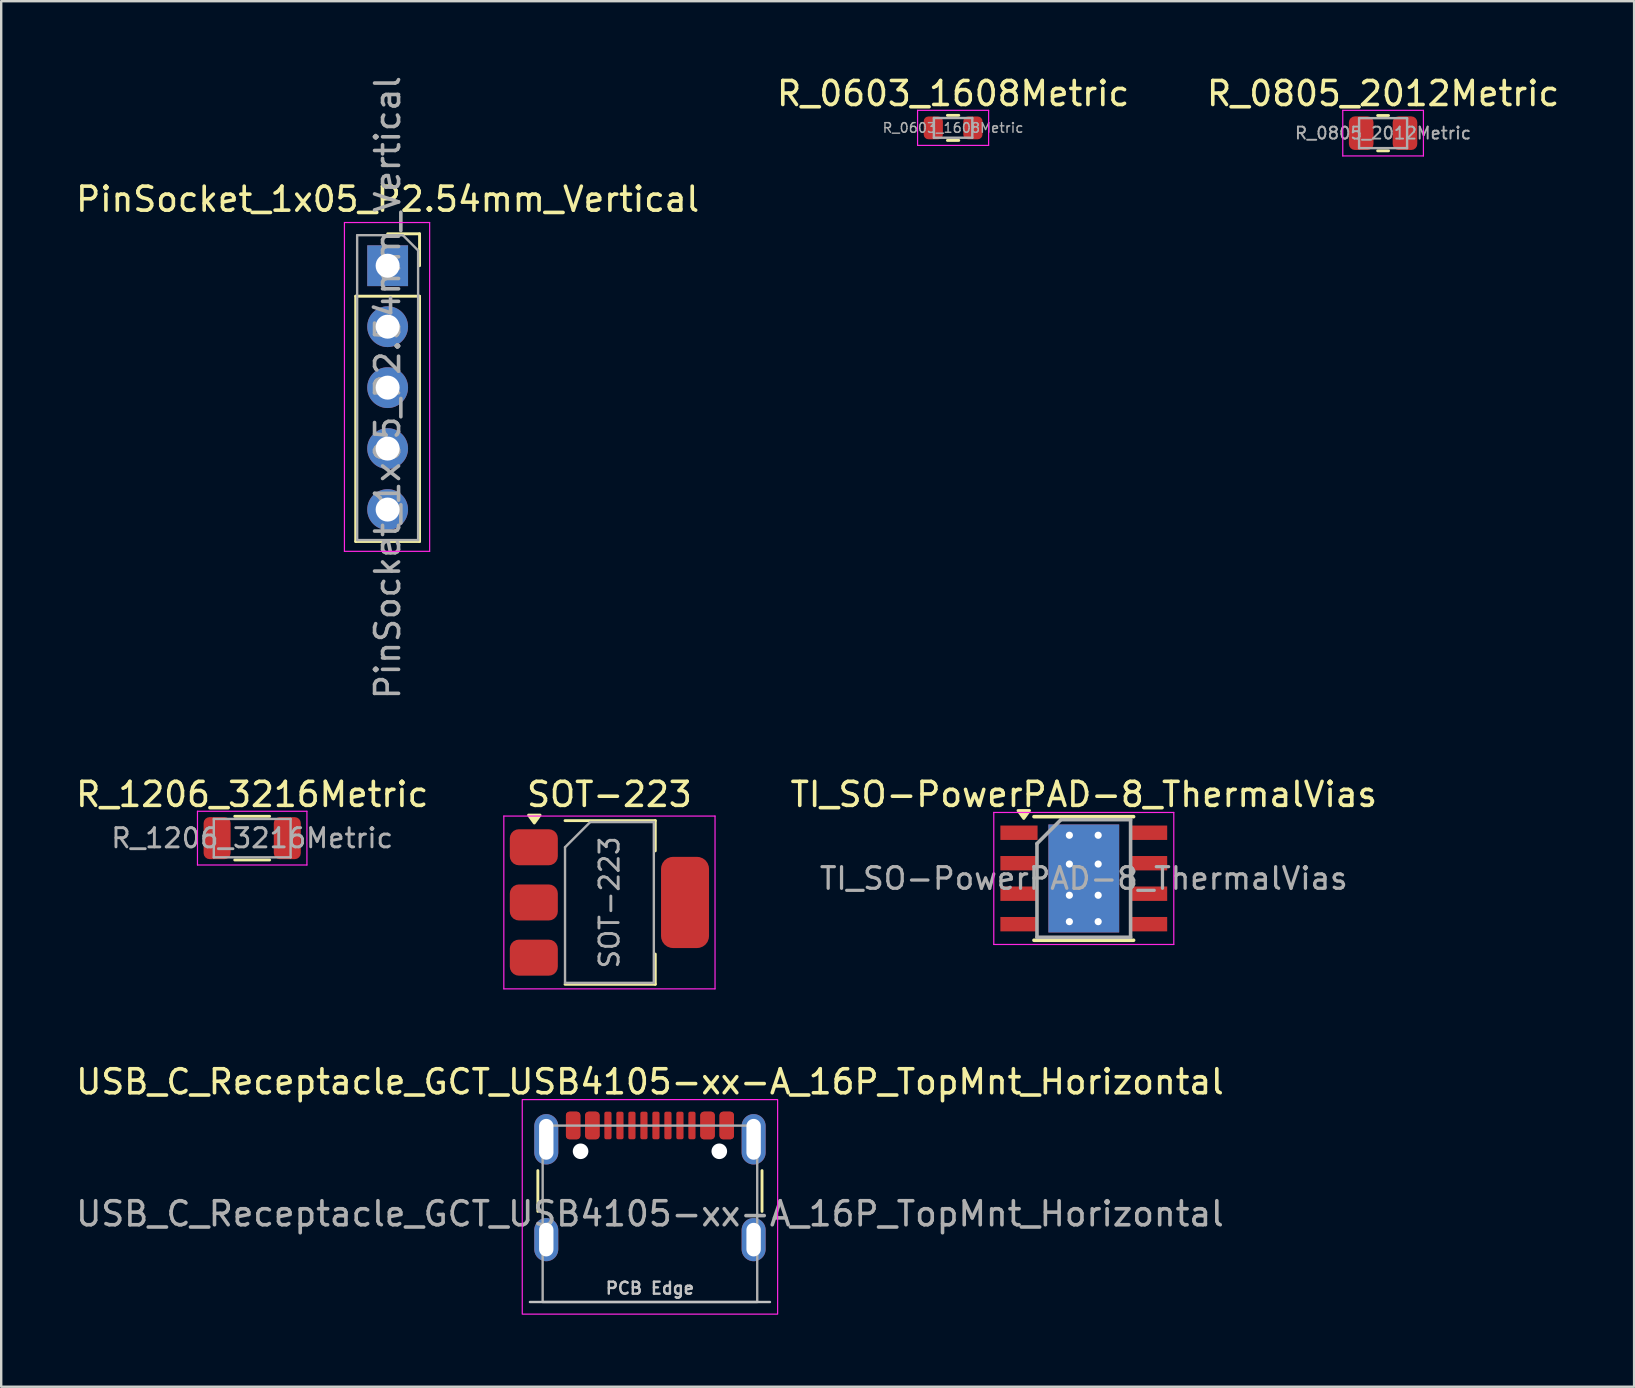
<source format=kicad_pcb>
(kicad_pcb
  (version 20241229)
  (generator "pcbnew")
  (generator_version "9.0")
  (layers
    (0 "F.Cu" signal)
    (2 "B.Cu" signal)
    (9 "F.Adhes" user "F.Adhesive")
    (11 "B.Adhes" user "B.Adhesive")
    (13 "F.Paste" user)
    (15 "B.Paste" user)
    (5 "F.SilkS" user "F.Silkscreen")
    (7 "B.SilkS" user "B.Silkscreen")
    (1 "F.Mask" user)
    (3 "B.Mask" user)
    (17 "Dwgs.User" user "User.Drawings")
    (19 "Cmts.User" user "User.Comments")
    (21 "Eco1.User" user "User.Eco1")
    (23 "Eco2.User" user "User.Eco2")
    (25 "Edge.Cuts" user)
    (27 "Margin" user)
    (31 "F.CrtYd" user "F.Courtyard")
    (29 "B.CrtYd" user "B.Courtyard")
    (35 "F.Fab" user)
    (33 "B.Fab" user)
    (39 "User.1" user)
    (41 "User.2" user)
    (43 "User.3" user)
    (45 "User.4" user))
  (footprint "R_1206_3216Metric"
    (layer "F.Cu")
    (at 7.458 31.871)
    (property "Reference" "R_1206_3216Metric" (at 0 -1.82 0) (layer "F.SilkS") (effects (font (size 1 1) (thickness 0.15))))
    (attr smd)
    (fp_line (start -0.727 -0.91) (end 0.727 -0.91) (stroke (width 0.12) (type solid)) (layer "F.SilkS"))
    (fp_line (start -0.727 0.91) (end 0.727 0.91) (stroke (width 0.12) (type solid)) (layer "F.SilkS"))
    (fp_line (start -2.28 -1.12) (end 2.28 -1.12) (stroke (width 0.05) (type solid)) (layer "F.CrtYd"))
    (fp_line (start -2.28 1.12) (end -2.28 -1.12) (stroke (width 0.05) (type solid)) (layer "F.CrtYd"))
    (fp_line (start 2.28 -1.12) (end 2.28 1.12) (stroke (width 0.05) (type solid)) (layer "F.CrtYd"))
    (fp_line (start 2.28 1.12) (end -2.28 1.12) (stroke (width 0.05) (type solid)) (layer "F.CrtYd"))
    (fp_line (start -1.6 -0.8) (end 1.6 -0.8) (stroke (width 0.1) (type solid)) (layer "F.Fab"))
    (fp_line (start -1.6 0.8) (end -1.6 -0.8) (stroke (width 0.1) (type solid)) (layer "F.Fab"))
    (fp_line (start 1.6 -0.8) (end 1.6 0.8) (stroke (width 0.1) (type solid)) (layer "F.Fab"))
    (fp_line (start 1.6 0.8) (end -1.6 0.8) (stroke (width 0.1) (type solid)) (layer "F.Fab"))
    (fp_text user "${REFERENCE}" (at 0 0 0) (layer "F.Fab") (effects (font (size 0.8 0.8) (thickness 0.12))))
    (pad "1" smd roundrect (at -1.462 0) (size 1.125 1.75) (layers "F.Cu" "F.Mask" "F.Paste") (roundrect_rratio 0.222))
    (pad "2" smd roundrect (at 1.462 0) (size 1.125 1.75) (layers "F.Cu" "F.Mask" "F.Paste") (roundrect_rratio 0.222)))
  (footprint "PinSocket_1x05_P2.54mm_Vertical"
    (layer "F.Cu")
    (at 13.101 8.021)
    (property "Reference" "PinSocket_1x05_P2.54mm_Vertical" (at 0 -2.77 0) (layer "F.SilkS") (effects (font (size 1 1) (thickness 0.15))))
    (attr through_hole)
    (fp_line (start -1.33 1.27) (end -1.33 11.49) (stroke (width 0.12) (type solid)) (layer "F.SilkS"))
    (fp_line (start -1.33 1.27) (end 1.33 1.27) (stroke (width 0.12) (type solid)) (layer "F.SilkS"))
    (fp_line (start -1.33 11.49) (end 1.33 11.49) (stroke (width 0.12) (type solid)) (layer "F.SilkS"))
    (fp_line (start 0 -1.33) (end 1.33 -1.33) (stroke (width 0.12) (type solid)) (layer "F.SilkS"))
    (fp_line (start 1.33 -1.33) (end 1.33 0) (stroke (width 0.12) (type solid)) (layer "F.SilkS"))
    (fp_line (start 1.33 1.27) (end 1.33 11.49) (stroke (width 0.12) (type solid)) (layer "F.SilkS"))
    (fp_line (start -1.8 -1.8) (end 1.75 -1.8) (stroke (width 0.05) (type solid)) (layer "F.CrtYd"))
    (fp_line (start -1.8 11.9) (end -1.8 -1.8) (stroke (width 0.05) (type solid)) (layer "F.CrtYd"))
    (fp_line (start 1.75 -1.8) (end 1.75 11.9) (stroke (width 0.05) (type solid)) (layer "F.CrtYd"))
    (fp_line (start 1.75 11.9) (end -1.8 11.9) (stroke (width 0.05) (type solid)) (layer "F.CrtYd"))
    (fp_line (start -1.27 -1.27) (end 0.635 -1.27) (stroke (width 0.1) (type solid)) (layer "F.Fab"))
    (fp_line (start -1.27 11.43) (end -1.27 -1.27) (stroke (width 0.1) (type solid)) (layer "F.Fab"))
    (fp_line (start 0.635 -1.27) (end 1.27 -0.635) (stroke (width 0.1) (type solid)) (layer "F.Fab"))
    (fp_line (start 1.27 -0.635) (end 1.27 11.43) (stroke (width 0.1) (type solid)) (layer "F.Fab"))
    (fp_line (start 1.27 11.43) (end -1.27 11.43) (stroke (width 0.1) (type solid)) (layer "F.Fab"))
    (fp_text user "${REFERENCE}" (at 0 5.08 90) (layer "F.Fab") (effects (font (size 1 1) (thickness 0.15))))
    (pad "1" thru_hole rect (at 0 0) (size 1.7 1.7) (drill 1) (layers "*.Cu" "*.Mask"))
    (pad "2" thru_hole oval (at 0 2.54) (size 1.7 1.7) (drill 1) (layers "*.Cu" "*.Mask"))
    (pad "3" thru_hole oval (at 0 5.08) (size 1.7 1.7) (drill 1) (layers "*.Cu" "*.Mask"))
    (pad "4" thru_hole oval (at 0 7.62) (size 1.7 1.7) (drill 1) (layers "*.Cu" "*.Mask"))
    (pad "5" thru_hole oval (at 0 10.16) (size 1.7 1.7) (drill 1) (layers "*.Cu" "*.Mask")))
  (footprint "USB_C_Receptacle_GCT_USB4105-xx-A_16P_TopMnt_Horizontal"
    (layer "F.Cu")
    (at 24.03 47.524)
    (property "Reference" "USB_C_Receptacle_GCT_USB4105-xx-A_16P_TopMnt_Horizontal" (at 0 -5.5 0) (unlocked yes) (layer "F.SilkS") (effects (font (size 1 1) (thickness 0.15))))
    (attr smd)
    (fp_line (start -4.67 -0.1) (end -4.67 -1.8) (stroke (width 0.12) (type solid)) (layer "F.SilkS"))
    (fp_line (start 4.67 -0.1) (end 4.67 -1.8) (stroke (width 0.12) (type solid)) (layer "F.SilkS"))
    (fp_line (start 5 3.675) (end -5 3.675) (stroke (width 0.1) (type solid)) (layer "Dwgs.User"))
    (fp_rect (start -5.32 -4.76) (end 5.32 4.18) (stroke (width 0.05) (type solid)) (fill no) (layer "F.CrtYd"))
    (fp_rect (start -4.47 -3.675) (end 4.47 3.675) (stroke (width 0.1) (type solid)) (fill no) (layer "F.Fab"))
    (fp_text user "PCB Edge" (at 0 3.1 0) (unlocked yes) (layer "Dwgs.User") (effects (font (size 0.5 0.5) (thickness 0.1))))
    (fp_text user "${REFERENCE}" (at 0 0 0) (unlocked yes) (layer "F.Fab") (effects (font (size 1 1) (thickness 0.15))))
    (pad "" np_thru_hole circle (at -2.89 -2.605) (size 0.65 0.65) (drill 0.65) (layers "*.Cu" "*.Mask"))
    (pad "" np_thru_hole circle (at 2.89 -2.605) (size 0.65 0.65) (drill 0.65) (layers "*.Cu" "*.Mask"))
    (pad "A1" smd roundrect (at -3.2 -3.68) (size 0.6 1.15) (layers "F.Cu" "F.Mask" "F.Paste") (roundrect_rratio 0.25))
    (pad "A4" smd roundrect (at -2.4 -3.68) (size 0.6 1.15) (layers "F.Cu" "F.Mask" "F.Paste") (roundrect_rratio 0.25))
    (pad "A5" smd roundrect (at -1.25 -3.68) (size 0.3 1.15) (layers "F.Cu" "F.Mask" "F.Paste") (roundrect_rratio 0.25))
    (pad "A6" smd roundrect (at -0.25 -3.68) (size 0.3 1.15) (layers "F.Cu" "F.Mask" "F.Paste") (roundrect_rratio 0.25))
    (pad "A7" smd roundrect (at 0.25 -3.68) (size 0.3 1.15) (layers "F.Cu" "F.Mask" "F.Paste") (roundrect_rratio 0.25))
    (pad "A8" smd roundrect (at 1.25 -3.68) (size 0.3 1.15) (layers "F.Cu" "F.Mask" "F.Paste") (roundrect_rratio 0.25))
    (pad "A9" smd roundrect (at 2.4 -3.68) (size 0.6 1.15) (layers "F.Cu" "F.Mask" "F.Paste") (roundrect_rratio 0.25))
    (pad "A12" smd roundrect (at 3.2 -3.68) (size 0.6 1.15) (layers "F.Cu" "F.Mask" "F.Paste") (roundrect_rratio 0.25))
    (pad "B1" smd roundrect (at 3.2 -3.68) (size 0.6 1.15) (layers "F.Cu" "F.Mask" "F.Paste") (roundrect_rratio 0.25))
    (pad "B4" smd roundrect (at 2.4 -3.68) (size 0.6 1.15) (layers "F.Cu" "F.Mask" "F.Paste") (roundrect_rratio 0.25))
    (pad "B5" smd roundrect (at 1.75 -3.68) (size 0.3 1.15) (layers "F.Cu" "F.Mask" "F.Paste") (roundrect_rratio 0.25))
    (pad "B6" smd roundrect (at 0.75 -3.68) (size 0.3 1.15) (layers "F.Cu" "F.Mask" "F.Paste") (roundrect_rratio 0.25))
    (pad "B7" smd roundrect (at -0.75 -3.68) (size 0.3 1.15) (layers "F.Cu" "F.Mask" "F.Paste") (roundrect_rratio 0.25))
    (pad "B8" smd roundrect (at -1.75 -3.68) (size 0.3 1.15) (layers "F.Cu" "F.Mask" "F.Paste") (roundrect_rratio 0.25))
    (pad "B9" smd roundrect (at -2.4 -3.68) (size 0.6 1.15) (layers "F.Cu" "F.Mask" "F.Paste") (roundrect_rratio 0.25))
    (pad "B12" smd roundrect (at -3.2 -3.68) (size 0.6 1.15) (layers "F.Cu" "F.Mask" "F.Paste") (roundrect_rratio 0.25))
    (pad "S1" thru_hole oval (at -4.32 -3.105) (size 1 2.1) (drill oval 0.6 1.7) (layers "*.Cu" "*.Mask" "F.Paste"))
    (pad "S1" thru_hole oval (at -4.32 1.075) (size 1 1.8) (drill oval 0.6 1.4) (layers "*.Cu" "*.Mask" "F.Paste"))
    (pad "S1" thru_hole oval (at 4.32 -3.105) (size 1 2.1) (drill oval 0.6 1.7) (layers "*.Cu" "*.Mask" "F.Paste"))
    (pad "S1" thru_hole oval (at 4.32 1.075) (size 1 1.8) (drill oval 0.6 1.4) (layers "*.Cu" "*.Mask" "F.Paste")))
  (footprint "R_0805_2012Metric"
    (layer "F.Cu")
    (at 54.577 2.498)
    (property "Reference" "R_0805_2012Metric" (at 0 -1.65 0) (layer "F.SilkS") (effects (font (size 1 1) (thickness 0.15))))
    (attr smd)
    (fp_line (start -0.227 -0.735) (end 0.227 -0.735) (stroke (width 0.12) (type solid)) (layer "F.SilkS"))
    (fp_line (start -0.227 0.735) (end 0.227 0.735) (stroke (width 0.12) (type solid)) (layer "F.SilkS"))
    (fp_line (start -1.68 -0.95) (end 1.68 -0.95) (stroke (width 0.05) (type solid)) (layer "F.CrtYd"))
    (fp_line (start -1.68 0.95) (end -1.68 -0.95) (stroke (width 0.05) (type solid)) (layer "F.CrtYd"))
    (fp_line (start 1.68 -0.95) (end 1.68 0.95) (stroke (width 0.05) (type solid)) (layer "F.CrtYd"))
    (fp_line (start 1.68 0.95) (end -1.68 0.95) (stroke (width 0.05) (type solid)) (layer "F.CrtYd"))
    (fp_line (start -1 -0.625) (end 1 -0.625) (stroke (width 0.1) (type solid)) (layer "F.Fab"))
    (fp_line (start -1 0.625) (end -1 -0.625) (stroke (width 0.1) (type solid)) (layer "F.Fab"))
    (fp_line (start 1 -0.625) (end 1 0.625) (stroke (width 0.1) (type solid)) (layer "F.Fab"))
    (fp_line (start 1 0.625) (end -1 0.625) (stroke (width 0.1) (type solid)) (layer "F.Fab"))
    (fp_text user "${REFERENCE}" (at 0 0 0) (layer "F.Fab") (effects (font (size 0.5 0.5) (thickness 0.08))))
    (pad "1" smd roundrect (at -0.912 0) (size 1.025 1.4) (layers "F.Cu" "F.Mask" "F.Paste") (roundrect_rratio 0.244))
    (pad "2" smd roundrect (at 0.912 0) (size 1.025 1.4) (layers "F.Cu" "F.Mask" "F.Paste") (roundrect_rratio 0.244)))
  (footprint "R_0603_1608Metric"
    (layer "F.Cu")
    (at 36.661 2.278)
    (property "Reference" "R_0603_1608Metric" (at 0 -1.43 0) (layer "F.SilkS") (effects (font (size 1 1) (thickness 0.15))))
    (attr smd)
    (fp_line (start -0.237 -0.522) (end 0.237 -0.522) (stroke (width 0.12) (type solid)) (layer "F.SilkS"))
    (fp_line (start -0.237 0.522) (end 0.237 0.522) (stroke (width 0.12) (type solid)) (layer "F.SilkS"))
    (fp_line (start -1.48 -0.73) (end 1.48 -0.73) (stroke (width 0.05) (type solid)) (layer "F.CrtYd"))
    (fp_line (start -1.48 0.73) (end -1.48 -0.73) (stroke (width 0.05) (type solid)) (layer "F.CrtYd"))
    (fp_line (start 1.48 -0.73) (end 1.48 0.73) (stroke (width 0.05) (type solid)) (layer "F.CrtYd"))
    (fp_line (start 1.48 0.73) (end -1.48 0.73) (stroke (width 0.05) (type solid)) (layer "F.CrtYd"))
    (fp_line (start -0.8 -0.412) (end 0.8 -0.412) (stroke (width 0.1) (type solid)) (layer "F.Fab"))
    (fp_line (start -0.8 0.412) (end -0.8 -0.412) (stroke (width 0.1) (type solid)) (layer "F.Fab"))
    (fp_line (start 0.8 -0.412) (end 0.8 0.412) (stroke (width 0.1) (type solid)) (layer "F.Fab"))
    (fp_line (start 0.8 0.412) (end -0.8 0.412) (stroke (width 0.1) (type solid)) (layer "F.Fab"))
    (fp_text user "${REFERENCE}" (at 0 0 0) (layer "F.Fab") (effects (font (size 0.4 0.4) (thickness 0.06))))
    (pad "1" smd roundrect (at -0.825 0) (size 0.8 0.95) (layers "F.Cu" "F.Mask" "F.Paste") (roundrect_rratio 0.25))
    (pad "2" smd roundrect (at 0.825 0) (size 0.8 0.95) (layers "F.Cu" "F.Mask" "F.Paste") (roundrect_rratio 0.25)))
  (footprint "TI_SO-PowerPAD-8_ThermalVias"
    (layer "F.Cu")
    (at 42.106 33.551)
    (property "Reference" "TI_SO-PowerPAD-8_ThermalVias" (at 0 -3.5 0) (layer "F.SilkS") (effects (font (size 1 1) (thickness 0.15))))
    (attr smd)
    (fp_line (start -2.075 -2.575) (end 2.075 -2.575) (stroke (width 0.15) (type solid)) (layer "F.SilkS"))
    (fp_line (start -2.075 2.575) (end 2.075 2.575) (stroke (width 0.15) (type solid)) (layer "F.SilkS"))
    (fp_poly (pts (xy -2.5 -2.5) (xy -2.74 -2.83) (xy -2.26 -2.83) (xy -2.5 -2.5)) (stroke (width 0.12) (type solid)) (fill yes) (layer "F.SilkS"))
    (fp_line (start -3.75 -2.75) (end -3.75 2.75) (stroke (width 0.05) (type solid)) (layer "F.CrtYd"))
    (fp_line (start -3.75 -2.75) (end 3.75 -2.75) (stroke (width 0.05) (type solid)) (layer "F.CrtYd"))
    (fp_line (start -3.75 2.75) (end 3.75 2.75) (stroke (width 0.05) (type solid)) (layer "F.CrtYd"))
    (fp_line (start 3.75 -2.75) (end 3.75 2.75) (stroke (width 0.05) (type solid)) (layer "F.CrtYd"))
    (fp_line (start -1.95 -1.45) (end -0.95 -2.45) (stroke (width 0.15) (type solid)) (layer "F.Fab"))
    (fp_line (start -1.95 2.45) (end -1.95 -1.45) (stroke (width 0.15) (type solid)) (layer "F.Fab"))
    (fp_line (start -0.95 -2.45) (end 1.95 -2.45) (stroke (width 0.15) (type solid)) (layer "F.Fab"))
    (fp_line (start 1.95 -2.45) (end 1.95 2.45) (stroke (width 0.15) (type solid)) (layer "F.Fab"))
    (fp_line (start 1.95 2.45) (end -1.95 2.45) (stroke (width 0.15) (type solid)) (layer "F.Fab"))
    (fp_text user "${REFERENCE}" (at 0 0 0) (layer "F.Fab") (effects (font (size 0.9 0.9) (thickness 0.135))))
    (pad "1" smd rect (at -2.7 -1.905) (size 1.55 0.6) (layers "F.Cu" "F.Mask" "F.Paste"))
    (pad "2" smd rect (at -2.7 -0.635) (size 1.55 0.6) (layers "F.Cu" "F.Mask" "F.Paste"))
    (pad "3" smd rect (at -2.7 0.635) (size 1.55 0.6) (layers "F.Cu" "F.Mask" "F.Paste"))
    (pad "4" smd rect (at -2.7 1.905) (size 1.55 0.6) (layers "F.Cu" "F.Mask" "F.Paste"))
    (pad "5" smd rect (at 2.7 1.905) (size 1.55 0.6) (layers "F.Cu" "F.Mask" "F.Paste"))
    (pad "6" smd rect (at 2.7 0.635) (size 1.55 0.6) (layers "F.Cu" "F.Mask" "F.Paste"))
    (pad "7" smd rect (at 2.7 -0.635) (size 1.55 0.6) (layers "F.Cu" "F.Mask" "F.Paste"))
    (pad "8" smd rect (at 2.7 -1.905) (size 1.55 0.6) (layers "F.Cu" "F.Mask" "F.Paste"))
    (pad "9" thru_hole circle (at -0.6 -1.8) (size 0.6 0.6) (drill 0.3) (layers "*.Cu"))
    (pad "9" thru_hole circle (at -0.6 -0.6) (size 0.6 0.6) (drill 0.3) (layers "*.Cu"))
    (pad "9" thru_hole circle (at -0.6 0.7) (size 0.6 0.6) (drill 0.3) (layers "*.Cu"))
    (pad "9" thru_hole circle (at -0.6 1.8) (size 0.6 0.6) (drill 0.3) (layers "*.Cu"))
    (pad "9" smd rect (at 0 0) (size 2.6 3.1) (layers "F.Cu" "F.Mask" "F.Paste"))
    (pad "9" smd rect (at 0 0) (size 2.95 4.5) (layers "F.Cu"))
    (pad "9" smd rect (at 0 0) (size 2.95 4.5) (layers "B.Cu"))
    (pad "9" thru_hole circle (at 0.6 -1.8) (size 0.6 0.6) (drill 0.3) (layers "*.Cu"))
    (pad "9" thru_hole circle (at 0.6 -0.6) (size 0.6 0.6) (drill 0.3) (layers "*.Cu"))
    (pad "9" thru_hole circle (at 0.6 0.7) (size 0.6 0.6) (drill 0.3) (layers "*.Cu"))
    (pad "9" thru_hole circle (at 0.6 1.8) (size 0.6 0.6) (drill 0.3) (layers "*.Cu")))
  (footprint "SOT-223"
    (layer "F.Cu")
    (at 22.342 34.551)
    (property "Reference" "SOT-223" (at 0 -4.5 0) (layer "F.SilkS") (effects (font (size 1 1) (thickness 0.15))))
    (attr smd)
    (fp_line (start -1.85 -3.41) (end 1.91 -3.41) (stroke (width 0.12) (type solid)) (layer "F.SilkS"))
    (fp_line (start -1.85 3.41) (end 1.91 3.41) (stroke (width 0.12) (type solid)) (layer "F.SilkS"))
    (fp_line (start 1.91 -3.41) (end 1.91 -2.15) (stroke (width 0.12) (type solid)) (layer "F.SilkS"))
    (fp_line (start 1.91 3.41) (end 1.91 2.15) (stroke (width 0.12) (type solid)) (layer "F.SilkS"))
    (fp_poly (pts (xy -3.13 -3.31) (xy -3.37 -3.64) (xy -2.89 -3.64) (xy -3.13 -3.31)) (stroke (width 0.12) (type solid)) (fill yes) (layer "F.SilkS"))
    (fp_line (start -4.4 -3.6) (end -4.4 3.6) (stroke (width 0.05) (type solid)) (layer "F.CrtYd"))
    (fp_line (start -4.4 3.6) (end 4.4 3.6) (stroke (width 0.05) (type solid)) (layer "F.CrtYd"))
    (fp_line (start 4.4 -3.6) (end -4.4 -3.6) (stroke (width 0.05) (type solid)) (layer "F.CrtYd"))
    (fp_line (start 4.4 3.6) (end 4.4 -3.6) (stroke (width 0.05) (type solid)) (layer "F.CrtYd"))
    (fp_line (start -1.85 -2.3) (end -1.85 3.35) (stroke (width 0.1) (type solid)) (layer "F.Fab"))
    (fp_line (start -1.85 -2.3) (end -0.8 -3.35) (stroke (width 0.1) (type solid)) (layer "F.Fab"))
    (fp_line (start -1.85 3.35) (end 1.85 3.35) (stroke (width 0.1) (type solid)) (layer "F.Fab"))
    (fp_line (start -0.8 -3.35) (end 1.85 -3.35) (stroke (width 0.1) (type solid)) (layer "F.Fab"))
    (fp_line (start 1.85 -3.35) (end 1.85 3.35) (stroke (width 0.1) (type solid)) (layer "F.Fab"))
    (fp_text user "${REFERENCE}" (at 0 0 90) (layer "F.Fab") (effects (font (size 0.8 0.8) (thickness 0.12))))
    (pad "1" smd roundrect (at -3.15 -2.3) (size 2 1.5) (layers "F.Cu" "F.Mask" "F.Paste") (roundrect_rratio 0.25))
    (pad "2" smd roundrect (at -3.15 0) (size 2 1.5) (layers "F.Cu" "F.Mask" "F.Paste") (roundrect_rratio 0.25))
    (pad "3" smd roundrect (at -3.15 2.3) (size 2 1.5) (layers "F.Cu" "F.Mask" "F.Paste") (roundrect_rratio 0.25))
    (pad "4" smd roundrect (at 3.15 0) (size 2 3.8) (layers "F.Cu" "F.Mask" "F.Paste") (roundrect_rratio 0.25)))
  (gr_rect
    (start -3 -3)
    (end 65.036 54.729)
    (stroke (width 0.1) (type default))
    (fill no)
    (layer "Edge.Cuts")))
</source>
